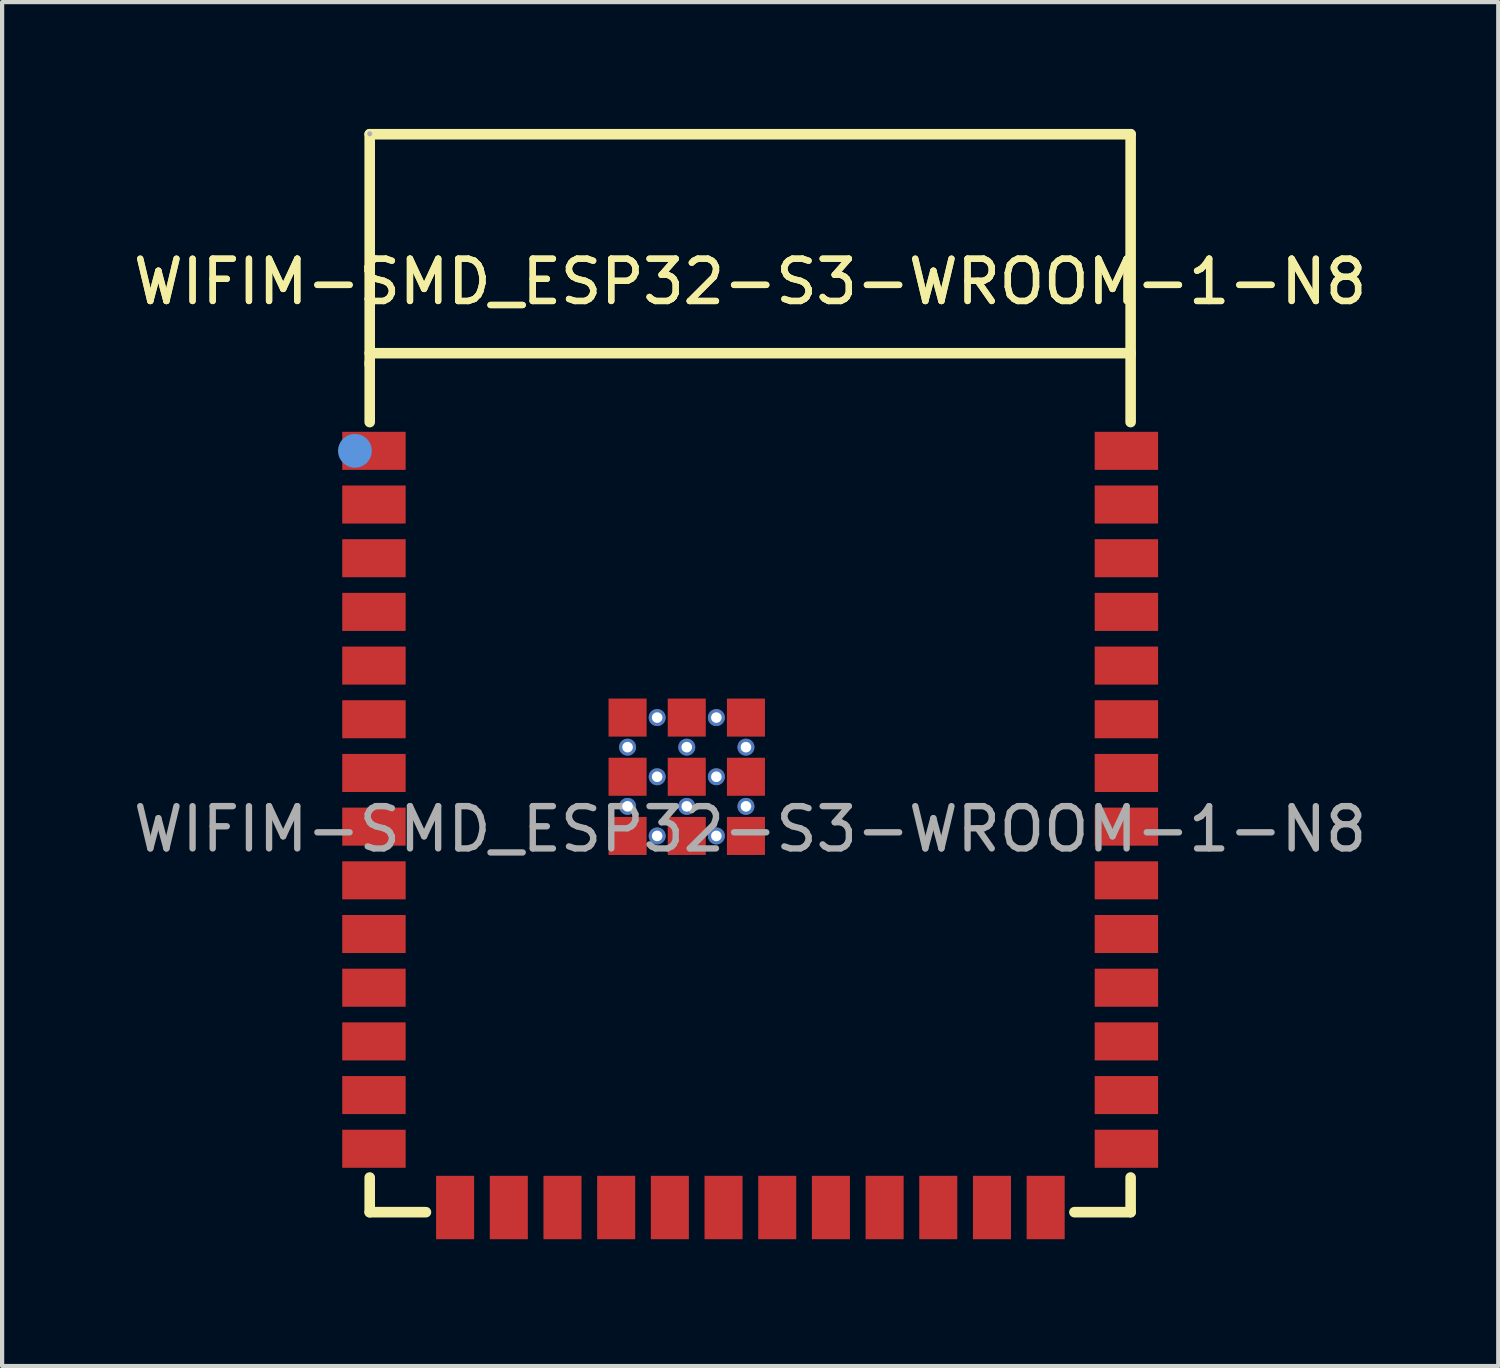
<source format=kicad_pcb>
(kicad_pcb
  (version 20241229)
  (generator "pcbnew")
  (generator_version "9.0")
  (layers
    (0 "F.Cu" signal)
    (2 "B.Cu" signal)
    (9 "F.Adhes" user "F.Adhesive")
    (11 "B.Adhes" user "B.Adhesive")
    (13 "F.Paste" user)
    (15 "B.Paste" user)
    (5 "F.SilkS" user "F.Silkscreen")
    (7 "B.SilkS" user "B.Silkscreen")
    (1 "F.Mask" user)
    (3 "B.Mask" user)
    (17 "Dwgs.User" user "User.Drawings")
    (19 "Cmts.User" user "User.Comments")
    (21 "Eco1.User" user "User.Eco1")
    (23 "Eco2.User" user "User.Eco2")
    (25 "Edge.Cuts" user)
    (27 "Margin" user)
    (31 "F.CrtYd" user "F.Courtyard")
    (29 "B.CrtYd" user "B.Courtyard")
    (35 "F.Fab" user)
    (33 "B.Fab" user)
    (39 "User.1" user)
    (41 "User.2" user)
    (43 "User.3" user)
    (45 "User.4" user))
  (footprint "WIFIM-SMD_ESP32-S3-WROOM-1-N8"
    (layer "F.Cu")
    (at 14.696 16.565)
    (property "Reference" "WIFIM-SMD_ESP32-S3-WROOM-1-N8" (at 0 -12.95 0) (layer "F.SilkS") (effects (font (size 1 1) (thickness 0.15))))
    (attr smd)
    (fp_line (start -9 -16.44) (end 9 -16.44) (stroke (width 0.25) (type solid)) (layer "F.SilkS"))
    (fp_line (start -9 -11.26) (end 9 -11.26) (stroke (width 0.25) (type solid)) (layer "F.SilkS"))
    (fp_line (start -9 -10.99) (end -9 -16.44) (stroke (width 0.25) (type solid)) (layer "F.SilkS"))
    (fp_line (start -9 -9.63) (end -9 -11.04) (stroke (width 0.25) (type solid)) (layer "F.SilkS"))
    (fp_line (start -9 9.06) (end -9 8.24) (stroke (width 0.25) (type solid)) (layer "F.SilkS"))
    (fp_line (start -7.67 9.06) (end -9 9.06) (stroke (width 0.25) (type solid)) (layer "F.SilkS"))
    (fp_line (start 9 -16.44) (end 9 -9.63) (stroke (width 0.25) (type solid)) (layer "F.SilkS"))
    (fp_line (start 9 8.24) (end 9 9.06) (stroke (width 0.25) (type solid)) (layer "F.SilkS"))
    (fp_line (start 9 9.06) (end 7.67 9.06) (stroke (width 0.25) (type solid)) (layer "F.SilkS"))
    (fp_circle (center -9.35 -8.95) (end -9.15 -8.95) (stroke (width 0.4) (type solid)) (fill no) (layer "Cmts.User"))
    (fp_circle (center -9 -16.45) (end -8.97 -16.45) (stroke (width 0.06) (type solid)) (fill no) (layer "F.Fab"))
    (fp_text user "${REFERENCE}" (at 0 -12.95 0) (layer "F.SilkS") (effects (font (size 1 1) (thickness 0.15))))
    (fp_text user "${REFERENCE}" (at 0 0 0) (layer "F.Fab") (effects (font (size 1 1) (thickness 0.15))))
    (pad "" thru_hole circle (at -2.9 -1.94) (size 0.4 0.4) (drill 0.25) (layers "*.Cu" "*.Paste" "*.Mask"))
    (pad "" thru_hole circle (at -2.9 -0.54) (size 0.4 0.4) (drill 0.25) (layers "*.Cu" "*.Paste" "*.Mask"))
    (pad "" thru_hole circle (at -2.2 -2.64) (size 0.4 0.4) (drill 0.25) (layers "*.Cu" "*.Paste" "*.Mask"))
    (pad "" thru_hole circle (at -2.2 -1.24) (size 0.4 0.4) (drill 0.25) (layers "*.Cu" "*.Paste" "*.Mask"))
    (pad "" thru_hole circle (at -2.2 0.16) (size 0.4 0.4) (drill 0.25) (layers "*.Cu" "*.Paste" "*.Mask"))
    (pad "" thru_hole circle (at -1.5 -1.94) (size 0.4 0.4) (drill 0.25) (layers "*.Cu" "*.Paste" "*.Mask"))
    (pad "" thru_hole circle (at -1.5 -0.54) (size 0.4 0.4) (drill 0.25) (layers "*.Cu" "*.Paste" "*.Mask"))
    (pad "" thru_hole circle (at -0.8 -2.64) (size 0.4 0.4) (drill 0.25) (layers "*.Cu" "*.Paste" "*.Mask"))
    (pad "" thru_hole circle (at -0.8 -1.24) (size 0.4 0.4) (drill 0.25) (layers "*.Cu" "*.Paste" "*.Mask"))
    (pad "" thru_hole circle (at -0.8 0.16) (size 0.4 0.4) (drill 0.25) (layers "*.Cu" "*.Paste" "*.Mask"))
    (pad "" thru_hole circle (at -0.1 -1.94) (size 0.4 0.4) (drill 0.25) (layers "*.Cu" "*.Paste" "*.Mask"))
    (pad "" thru_hole circle (at -0.1 -0.54) (size 0.4 0.4) (drill 0.25) (layers "*.Cu" "*.Paste" "*.Mask"))
    (pad "1" smd rect (at -8.9 -8.95) (size 1.5 0.9) (layers "F.Cu" "F.Mask" "F.Paste"))
    (pad "2" smd rect (at -8.9 -7.68) (size 1.5 0.9) (layers "F.Cu" "F.Mask" "F.Paste"))
    (pad "3" smd rect (at -8.9 -6.41) (size 1.5 0.9) (layers "F.Cu" "F.Mask" "F.Paste"))
    (pad "4" smd rect (at -8.9 -5.14) (size 1.5 0.9) (layers "F.Cu" "F.Mask" "F.Paste"))
    (pad "5" smd rect (at -8.9 -3.87) (size 1.5 0.9) (layers "F.Cu" "F.Mask" "F.Paste"))
    (pad "6" smd rect (at -8.9 -2.6) (size 1.5 0.9) (layers "F.Cu" "F.Mask" "F.Paste"))
    (pad "7" smd rect (at -8.9 -1.33) (size 1.5 0.9) (layers "F.Cu" "F.Mask" "F.Paste"))
    (pad "8" smd rect (at -8.9 -0.06) (size 1.5 0.9) (layers "F.Cu" "F.Mask" "F.Paste"))
    (pad "9" smd rect (at -8.9 1.21) (size 1.5 0.9) (layers "F.Cu" "F.Mask" "F.Paste"))
    (pad "10" smd rect (at -8.9 2.48) (size 1.5 0.9) (layers "F.Cu" "F.Mask" "F.Paste"))
    (pad "11" smd rect (at -8.9 3.75) (size 1.5 0.9) (layers "F.Cu" "F.Mask" "F.Paste"))
    (pad "12" smd rect (at -8.9 5.02) (size 1.5 0.9) (layers "F.Cu" "F.Mask" "F.Paste"))
    (pad "13" smd rect (at -8.9 6.29) (size 1.5 0.9) (layers "F.Cu" "F.Mask" "F.Paste"))
    (pad "14" smd rect (at -8.9 7.56) (size 1.5 0.9) (layers "F.Cu" "F.Mask" "F.Paste"))
    (pad "15" smd rect (at -6.98 8.95) (size 0.9 1.5) (layers "F.Cu" "F.Mask" "F.Paste"))
    (pad "16" smd rect (at -5.71 8.95) (size 0.9 1.5) (layers "F.Cu" "F.Mask" "F.Paste"))
    (pad "17" smd rect (at -4.44 8.95) (size 0.9 1.5) (layers "F.Cu" "F.Mask" "F.Paste"))
    (pad "18" smd rect (at -3.17 8.95) (size 0.9 1.5) (layers "F.Cu" "F.Mask" "F.Paste"))
    (pad "19" smd rect (at -1.9 8.95) (size 0.9 1.5) (layers "F.Cu" "F.Mask" "F.Paste"))
    (pad "20" smd rect (at -0.63 8.95) (size 0.9 1.5) (layers "F.Cu" "F.Mask" "F.Paste"))
    (pad "21" smd rect (at 0.64 8.95) (size 0.9 1.5) (layers "F.Cu" "F.Mask" "F.Paste"))
    (pad "22" smd rect (at 1.91 8.95) (size 0.9 1.5) (layers "F.Cu" "F.Mask" "F.Paste"))
    (pad "23" smd rect (at 3.18 8.95) (size 0.9 1.5) (layers "F.Cu" "F.Mask" "F.Paste"))
    (pad "24" smd rect (at 4.45 8.95) (size 0.9 1.5) (layers "F.Cu" "F.Mask" "F.Paste"))
    (pad "25" smd rect (at 5.72 8.95) (size 0.9 1.5) (layers "F.Cu" "F.Mask" "F.Paste"))
    (pad "26" smd rect (at 6.99 8.95) (size 0.9 1.5) (layers "F.Cu" "F.Mask" "F.Paste"))
    (pad "27" smd rect (at 8.9 7.56) (size 1.5 0.9) (layers "F.Cu" "F.Mask" "F.Paste"))
    (pad "28" smd rect (at 8.9 6.29) (size 1.5 0.9) (layers "F.Cu" "F.Mask" "F.Paste"))
    (pad "29" smd rect (at 8.9 5.02) (size 1.5 0.9) (layers "F.Cu" "F.Mask" "F.Paste"))
    (pad "30" smd rect (at 8.9 3.75) (size 1.5 0.9) (layers "F.Cu" "F.Mask" "F.Paste"))
    (pad "31" smd rect (at 8.9 2.48) (size 1.5 0.9) (layers "F.Cu" "F.Mask" "F.Paste"))
    (pad "32" smd rect (at 8.9 1.21) (size 1.5 0.9) (layers "F.Cu" "F.Mask" "F.Paste"))
    (pad "33" smd rect (at 8.9 -0.06) (size 1.5 0.9) (layers "F.Cu" "F.Mask" "F.Paste"))
    (pad "34" smd rect (at 8.9 -1.33) (size 1.5 0.9) (layers "F.Cu" "F.Mask" "F.Paste"))
    (pad "35" smd rect (at 8.9 -2.6) (size 1.5 0.9) (layers "F.Cu" "F.Mask" "F.Paste"))
    (pad "36" smd rect (at 8.9 -3.87) (size 1.5 0.9) (layers "F.Cu" "F.Mask" "F.Paste"))
    (pad "37" smd rect (at 8.9 -5.14) (size 1.5 0.9) (layers "F.Cu" "F.Mask" "F.Paste"))
    (pad "38" smd rect (at 8.9 -6.41) (size 1.5 0.9) (layers "F.Cu" "F.Mask" "F.Paste"))
    (pad "39" smd rect (at 8.9 -7.68) (size 1.5 0.9) (layers "F.Cu" "F.Mask" "F.Paste"))
    (pad "40" smd rect (at 8.9 -8.95) (size 1.5 0.9) (layers "F.Cu" "F.Mask" "F.Paste"))
    (pad "41" smd rect (at -2.9 -2.64 90) (size 0.9 0.9) (layers "F.Cu" "F.Mask" "F.Paste"))
    (pad "41" smd rect (at -2.9 -1.24 90) (size 0.9 0.9) (layers "F.Cu" "F.Mask" "F.Paste"))
    (pad "41" smd rect (at -2.9 0.16 90) (size 0.9 0.9) (layers "F.Cu" "F.Mask" "F.Paste"))
    (pad "41" smd rect (at -1.5 -2.64 90) (size 0.9 0.9) (layers "F.Cu" "F.Mask" "F.Paste"))
    (pad "41" smd rect (at -1.5 -1.24 90) (size 0.9 0.9) (layers "F.Cu" "F.Mask" "F.Paste"))
    (pad "41" smd rect (at -1.5 0.16 90) (size 0.9 0.9) (layers "F.Cu" "F.Mask" "F.Paste"))
    (pad "41" smd rect (at -0.1 -2.64 90) (size 0.9 0.9) (layers "F.Cu" "F.Mask" "F.Paste"))
    (pad "41" smd rect (at -0.1 -1.24 90) (size 0.9 0.9) (layers "F.Cu" "F.Mask" "F.Paste"))
    (pad "41" smd rect (at -0.1 0.16 90) (size 0.9 0.9) (layers "F.Cu" "F.Mask" "F.Paste")))
  (gr_rect
    (start -3 -3)
    (end 32.393 29.265)
    (stroke (width 0.1) (type default))
    (fill no)
    (layer "Edge.Cuts")))
</source>
